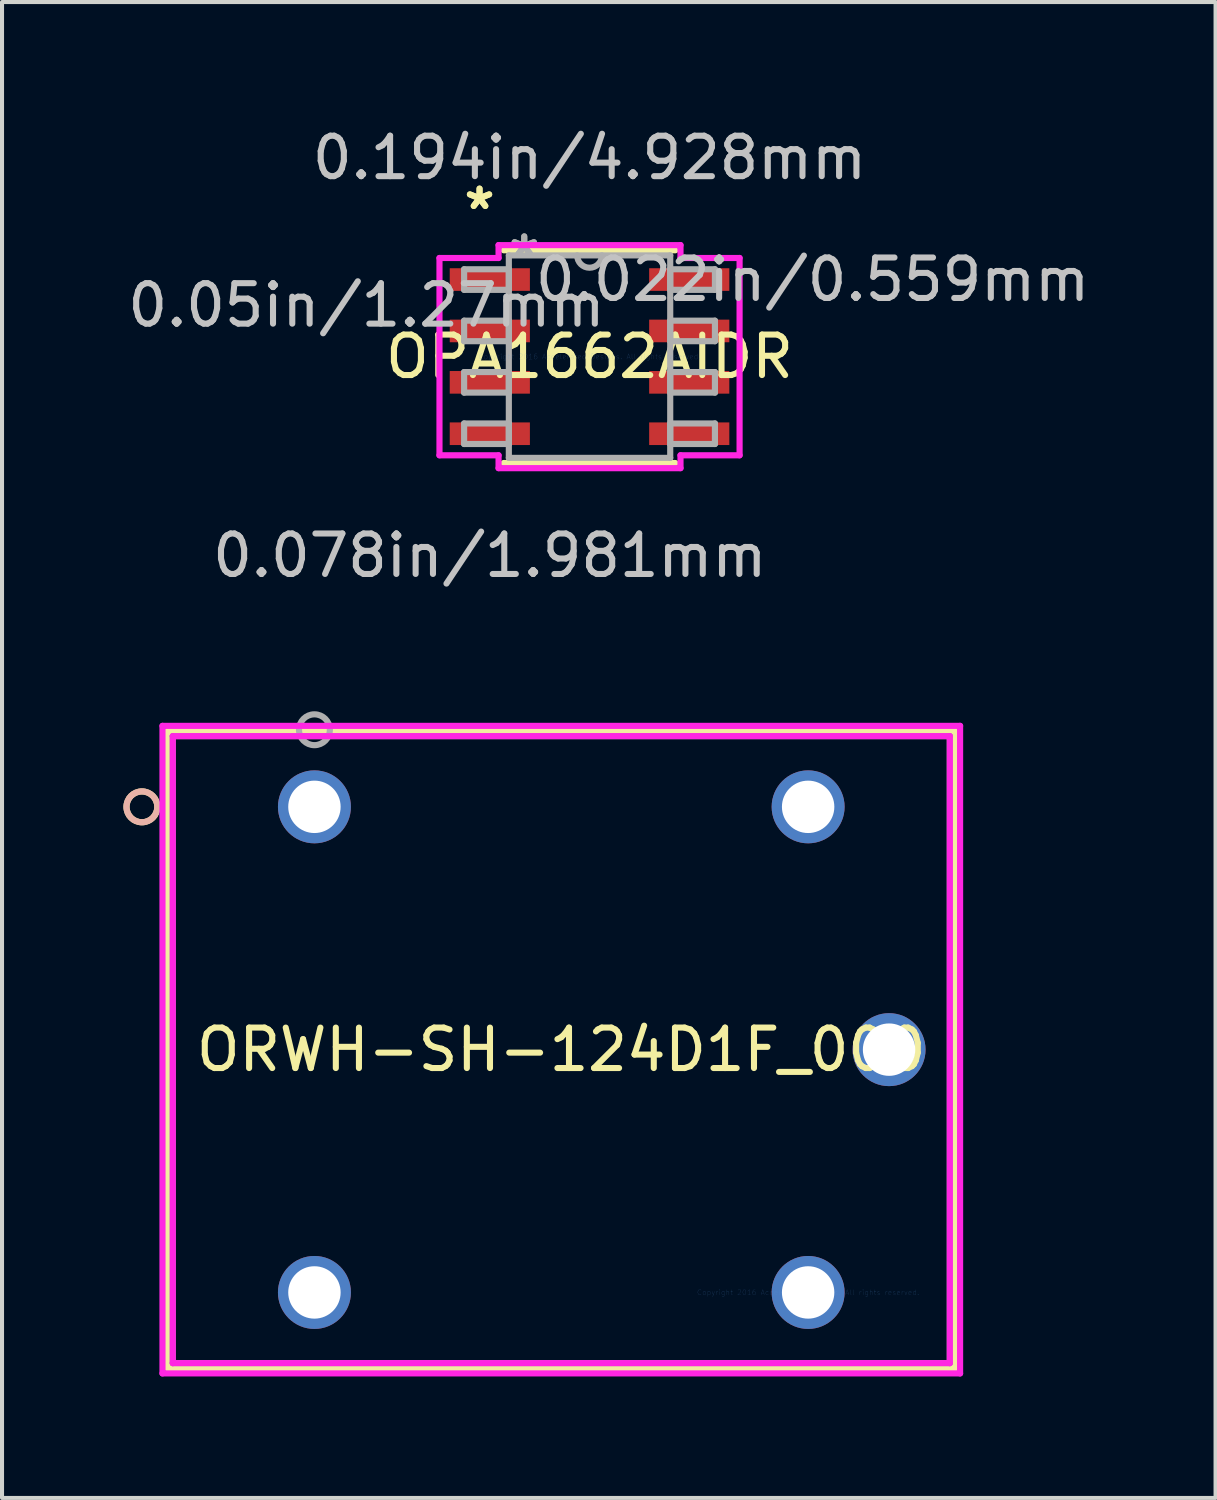
<source format=kicad_pcb>
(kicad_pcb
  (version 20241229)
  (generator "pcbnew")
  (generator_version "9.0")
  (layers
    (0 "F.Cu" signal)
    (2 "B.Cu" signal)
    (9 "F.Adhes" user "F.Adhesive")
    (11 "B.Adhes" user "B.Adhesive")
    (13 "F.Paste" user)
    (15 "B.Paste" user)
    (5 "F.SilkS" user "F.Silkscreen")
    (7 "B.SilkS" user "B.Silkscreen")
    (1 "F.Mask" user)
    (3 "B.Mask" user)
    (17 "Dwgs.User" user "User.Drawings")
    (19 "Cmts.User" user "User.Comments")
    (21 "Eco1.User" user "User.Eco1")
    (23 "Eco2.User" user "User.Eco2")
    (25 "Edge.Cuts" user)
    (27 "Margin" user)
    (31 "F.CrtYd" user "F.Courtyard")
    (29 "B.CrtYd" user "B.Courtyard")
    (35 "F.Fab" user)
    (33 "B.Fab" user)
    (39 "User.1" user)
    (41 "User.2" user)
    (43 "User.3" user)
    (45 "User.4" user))
  (footprint "OPA1662AIDR"
    (layer "F.Cu")
    (at 11.518 5.763)
    (property "Reference" "OPA1662AIDR" (at 0 0 0) (layer "F.SilkS") (effects (font (size 1 1) (thickness 0.15))))
    (attr through_hole)
    (fp_line (start -2.121 2.629) (end 2.121 2.629) (stroke (width 0.152) (type solid)) (layer "F.SilkS"))
    (fp_line (start 2.121 -2.629) (end -2.121 -2.629) (stroke (width 0.152) (type solid)) (layer "F.SilkS"))
    (fp_line (start -3.708 -2.438) (end -2.248 -2.438) (stroke (width 0.152) (type solid)) (layer "F.CrtYd"))
    (fp_line (start -3.708 2.438) (end -3.708 -2.438) (stroke (width 0.152) (type solid)) (layer "F.CrtYd"))
    (fp_line (start -2.248 -2.756) (end 2.248 -2.756) (stroke (width 0.152) (type solid)) (layer "F.CrtYd"))
    (fp_line (start -2.248 -2.438) (end -2.248 -2.756) (stroke (width 0.152) (type solid)) (layer "F.CrtYd"))
    (fp_line (start -2.248 2.438) (end -3.708 2.438) (stroke (width 0.152) (type solid)) (layer "F.CrtYd"))
    (fp_line (start -2.248 2.756) (end -2.248 2.438) (stroke (width 0.152) (type solid)) (layer "F.CrtYd"))
    (fp_line (start 2.248 -2.756) (end 2.248 -2.438) (stroke (width 0.152) (type solid)) (layer "F.CrtYd"))
    (fp_line (start 2.248 -2.438) (end 3.708 -2.438) (stroke (width 0.152) (type solid)) (layer "F.CrtYd"))
    (fp_line (start 2.248 2.438) (end 2.248 2.756) (stroke (width 0.152) (type solid)) (layer "F.CrtYd"))
    (fp_line (start 2.248 2.756) (end -2.248 2.756) (stroke (width 0.152) (type solid)) (layer "F.CrtYd"))
    (fp_line (start 3.708 -2.438) (end 3.708 2.438) (stroke (width 0.152) (type solid)) (layer "F.CrtYd"))
    (fp_line (start 3.708 2.438) (end 2.248 2.438) (stroke (width 0.152) (type solid)) (layer "F.CrtYd"))
    (fp_line (start -3.099 -2.159) (end -3.099 -1.651) (stroke (width 0.152) (type solid)) (layer "F.Fab"))
    (fp_line (start -3.099 -1.651) (end -1.994 -1.651) (stroke (width 0.152) (type solid)) (layer "F.Fab"))
    (fp_line (start -3.099 -0.889) (end -3.099 -0.381) (stroke (width 0.152) (type solid)) (layer "F.Fab"))
    (fp_line (start -3.099 -0.381) (end -1.994 -0.381) (stroke (width 0.152) (type solid)) (layer "F.Fab"))
    (fp_line (start -3.099 0.381) (end -3.099 0.889) (stroke (width 0.152) (type solid)) (layer "F.Fab"))
    (fp_line (start -3.099 0.889) (end -1.994 0.889) (stroke (width 0.152) (type solid)) (layer "F.Fab"))
    (fp_line (start -3.099 1.651) (end -3.099 2.159) (stroke (width 0.152) (type solid)) (layer "F.Fab"))
    (fp_line (start -3.099 2.159) (end -1.994 2.159) (stroke (width 0.152) (type solid)) (layer "F.Fab"))
    (fp_line (start -1.994 -2.502) (end -1.994 2.502) (stroke (width 0.152) (type solid)) (layer "F.Fab"))
    (fp_line (start -1.994 -2.159) (end -3.099 -2.159) (stroke (width 0.152) (type solid)) (layer "F.Fab"))
    (fp_line (start -1.994 -1.651) (end -1.994 -2.159) (stroke (width 0.152) (type solid)) (layer "F.Fab"))
    (fp_line (start -1.994 -0.889) (end -3.099 -0.889) (stroke (width 0.152) (type solid)) (layer "F.Fab"))
    (fp_line (start -1.994 -0.381) (end -1.994 -0.889) (stroke (width 0.152) (type solid)) (layer "F.Fab"))
    (fp_line (start -1.994 0.381) (end -3.099 0.381) (stroke (width 0.152) (type solid)) (layer "F.Fab"))
    (fp_line (start -1.994 0.889) (end -1.994 0.381) (stroke (width 0.152) (type solid)) (layer "F.Fab"))
    (fp_line (start -1.994 1.651) (end -3.099 1.651) (stroke (width 0.152) (type solid)) (layer "F.Fab"))
    (fp_line (start -1.994 2.159) (end -1.994 1.651) (stroke (width 0.152) (type solid)) (layer "F.Fab"))
    (fp_line (start -1.994 2.502) (end 1.994 2.502) (stroke (width 0.152) (type solid)) (layer "F.Fab"))
    (fp_line (start 1.994 -2.502) (end -1.994 -2.502) (stroke (width 0.152) (type solid)) (layer "F.Fab"))
    (fp_line (start 1.994 -2.159) (end 1.994 -1.651) (stroke (width 0.152) (type solid)) (layer "F.Fab"))
    (fp_line (start 1.994 -1.651) (end 3.099 -1.651) (stroke (width 0.152) (type solid)) (layer "F.Fab"))
    (fp_line (start 1.994 -0.889) (end 1.994 -0.381) (stroke (width 0.152) (type solid)) (layer "F.Fab"))
    (fp_line (start 1.994 -0.381) (end 3.099 -0.381) (stroke (width 0.152) (type solid)) (layer "F.Fab"))
    (fp_line (start 1.994 0.381) (end 1.994 0.889) (stroke (width 0.152) (type solid)) (layer "F.Fab"))
    (fp_line (start 1.994 0.889) (end 3.099 0.889) (stroke (width 0.152) (type solid)) (layer "F.Fab"))
    (fp_line (start 1.994 1.651) (end 1.994 2.159) (stroke (width 0.152) (type solid)) (layer "F.Fab"))
    (fp_line (start 1.994 2.159) (end 3.099 2.159) (stroke (width 0.152) (type solid)) (layer "F.Fab"))
    (fp_line (start 1.994 2.502) (end 1.994 -2.502) (stroke (width 0.152) (type solid)) (layer "F.Fab"))
    (fp_line (start 3.099 -2.159) (end 1.994 -2.159) (stroke (width 0.152) (type solid)) (layer "F.Fab"))
    (fp_line (start 3.099 -1.651) (end 3.099 -2.159) (stroke (width 0.152) (type solid)) (layer "F.Fab"))
    (fp_line (start 3.099 -0.889) (end 1.994 -0.889) (stroke (width 0.152) (type solid)) (layer "F.Fab"))
    (fp_line (start 3.099 -0.381) (end 3.099 -0.889) (stroke (width 0.152) (type solid)) (layer "F.Fab"))
    (fp_line (start 3.099 0.381) (end 1.994 0.381) (stroke (width 0.152) (type solid)) (layer "F.Fab"))
    (fp_line (start 3.099 0.889) (end 3.099 0.381) (stroke (width 0.152) (type solid)) (layer "F.Fab"))
    (fp_line (start 3.099 1.651) (end 1.994 1.651) (stroke (width 0.152) (type solid)) (layer "F.Fab"))
    (fp_line (start 3.099 2.159) (end 3.099 1.651) (stroke (width 0.152) (type solid)) (layer "F.Fab"))
    (fp_arc (start 0.3048 -2.5019) (mid 0 -2.1971) (end -0.3048 -2.5019) (stroke (width 0.1524) (type solid)) (layer "F.Fab"))
    (fp_text user "*" (at -2.718 -3.607 0) (layer "F.SilkS") (effects (font (size 1 1) (thickness 0.15))))
    (fp_text user "*" (at -2.718 -3.607 0) (layer "F.SilkS") (effects (font (size 1 1) (thickness 0.15))))
    (fp_text user "0.022in/0.559mm" (at 5.512 -1.905 0) (layer "Dwgs.User") (effects (font (size 1 1) (thickness 0.15))))
    (fp_text user "0.078in/1.981mm" (at -2.464 4.915 0) (layer "Dwgs.User") (effects (font (size 1 1) (thickness 0.15))))
    (fp_text user "0.194in/4.928mm" (at 0 -4.915 0) (layer "Dwgs.User") (effects (font (size 1 1) (thickness 0.15))))
    (fp_text user "0.05in/1.27mm" (at -5.512 -1.27 0) (layer "Dwgs.User") (effects (font (size 1 1) (thickness 0.15))))
    (fp_text user "Copyright 2016 Accelerated Designs. All rights reserved." (at 0 0 0) (layer "Cmts.User") (effects (font (size 0.127 0.127) (thickness 0.002))))
    (fp_text user "*" (at -1.613 -2.426 0) (layer "F.Fab") (effects (font (size 1 1) (thickness 0.15))))
    (fp_text user "*" (at -1.613 -2.426 0) (layer "F.Fab") (effects (font (size 1 1) (thickness 0.15))))
    (pad "1" smd rect (at -2.464 -1.905) (size 1.981 0.559) (layers "F.Cu" "F.Mask" "F.Paste"))
    (pad "2" smd rect (at -2.464 -0.635) (size 1.981 0.559) (layers "F.Cu" "F.Mask" "F.Paste"))
    (pad "3" smd rect (at -2.464 0.635) (size 1.981 0.559) (layers "F.Cu" "F.Mask" "F.Paste"))
    (pad "4" smd rect (at -2.464 1.905) (size 1.981 0.559) (layers "F.Cu" "F.Mask" "F.Paste"))
    (pad "5" smd rect (at 2.464 1.905) (size 1.981 0.559) (layers "F.Cu" "F.Mask" "F.Paste"))
    (pad "6" smd rect (at 2.464 0.635) (size 1.981 0.559) (layers "F.Cu" "F.Mask" "F.Paste"))
    (pad "7" smd rect (at 2.464 -0.635) (size 1.981 0.559) (layers "F.Cu" "F.Mask" "F.Paste"))
    (pad "8" smd rect (at 2.464 -1.905) (size 1.981 0.559) (layers "F.Cu" "F.Mask" "F.Paste")))
  (footprint "ORWH-SH-124D1F_000"
    (layer "F.Cu")
    (at 16.92 28.888)
    (property "Reference" "ORWH-SH-124D1F_000" (at -6.1 -6 0) (layer "F.SilkS") (effects (font (size 1 1) (thickness 0.15))))
    (attr through_hole)
    (fp_line (start -15.828 -13.874) (end -15.828 1.874) (stroke (width 0.152) (type solid)) (layer "F.SilkS"))
    (fp_line (start -15.828 1.874) (end 3.628 1.874) (stroke (width 0.152) (type solid)) (layer "F.SilkS"))
    (fp_line (start 3.628 -13.874) (end -15.828 -13.874) (stroke (width 0.152) (type solid)) (layer "F.SilkS"))
    (fp_line (start 3.628 1.874) (end 3.628 -13.874) (stroke (width 0.152) (type solid)) (layer "F.SilkS"))
    (fp_circle (center -16.463 -12) (end -16.082 -12) (stroke (width 0.152) (type solid)) (fill no) (layer "F.SilkS"))
    (fp_circle (center -16.463 -12) (end -16.082 -12) (stroke (width 0.152) (type solid)) (fill no) (layer "B.SilkS"))
    (fp_line (start -15.955 -14.001) (end -15.955 2.001) (stroke (width 0.152) (type solid)) (layer "F.CrtYd"))
    (fp_line (start -15.955 2.001) (end 3.755 2.001) (stroke (width 0.152) (type solid)) (layer "F.CrtYd"))
    (fp_line (start -15.701 -13.747) (end -15.701 1.747) (stroke (width 0.152) (type solid)) (layer "F.CrtYd"))
    (fp_line (start -15.701 1.747) (end 3.501 1.747) (stroke (width 0.152) (type solid)) (layer "F.CrtYd"))
    (fp_line (start 3.501 -13.747) (end -15.701 -13.747) (stroke (width 0.152) (type solid)) (layer "F.CrtYd"))
    (fp_line (start 3.501 1.747) (end 3.501 -13.747) (stroke (width 0.152) (type solid)) (layer "F.CrtYd"))
    (fp_line (start 3.755 -14.001) (end -15.955 -14.001) (stroke (width 0.152) (type solid)) (layer "F.CrtYd"))
    (fp_line (start 3.755 2.001) (end 3.755 -14.001) (stroke (width 0.152) (type solid)) (layer "F.CrtYd"))
    (fp_line (start -15.701 -13.747) (end -15.701 1.747) (stroke (width 0.152) (type solid)) (layer "F.Fab"))
    (fp_line (start -15.701 1.747) (end 3.501 1.747) (stroke (width 0.152) (type solid)) (layer "F.Fab"))
    (fp_line (start 3.501 -13.747) (end -15.701 -13.747) (stroke (width 0.152) (type solid)) (layer "F.Fab"))
    (fp_line (start 3.501 1.747) (end 3.501 -13.747) (stroke (width 0.152) (type solid)) (layer "F.Fab"))
    (fp_circle (center -12.2 -13.905) (end -11.819 -13.905) (stroke (width 0.152) (type solid)) (fill no) (layer "F.Fab"))
    (fp_text user "*" (at 0 0 0) (layer "F.SilkS") (effects (font (size 1 1) (thickness 0.15))))
    (fp_text user "Copyright 2016 Accelerated Designs. All rights reserved." (at 0 0 0) (layer "Cmts.User") (effects (font (size 0.127 0.127) (thickness 0.002))))
    (fp_text user "*" (at 0 0 0) (layer "F.Fab") (effects (font (size 1 1) (thickness 0.15))))
    (pad "1" thru_hole circle (at -12.2 -12) (size 1.803 1.803) (drill 1.295) (layers "*.Cu" "*.Mask"))
    (pad "2" thru_hole circle (at -12.2 -0.000001) (size 1.803 1.803) (drill 1.295) (layers "*.Cu" "*.Mask"))
    (pad "3" thru_hole circle (at 0 -12) (size 1.803 1.803) (drill 1.295) (layers "*.Cu" "*.Mask"))
    (pad "4" thru_hole circle (at 0 -0.000001) (size 1.803 1.803) (drill 1.295) (layers "*.Cu" "*.Mask"))
    (pad "5" thru_hole circle (at 2 -6) (size 1.803 1.803) (drill 1.295) (layers "*.Cu" "*.Mask")))
  (gr_rect
    (start -3 -3)
    (end 26.988 33.966)
    (stroke (width 0.1) (type default))
    (fill no)
    (layer "Edge.Cuts")))
</source>
